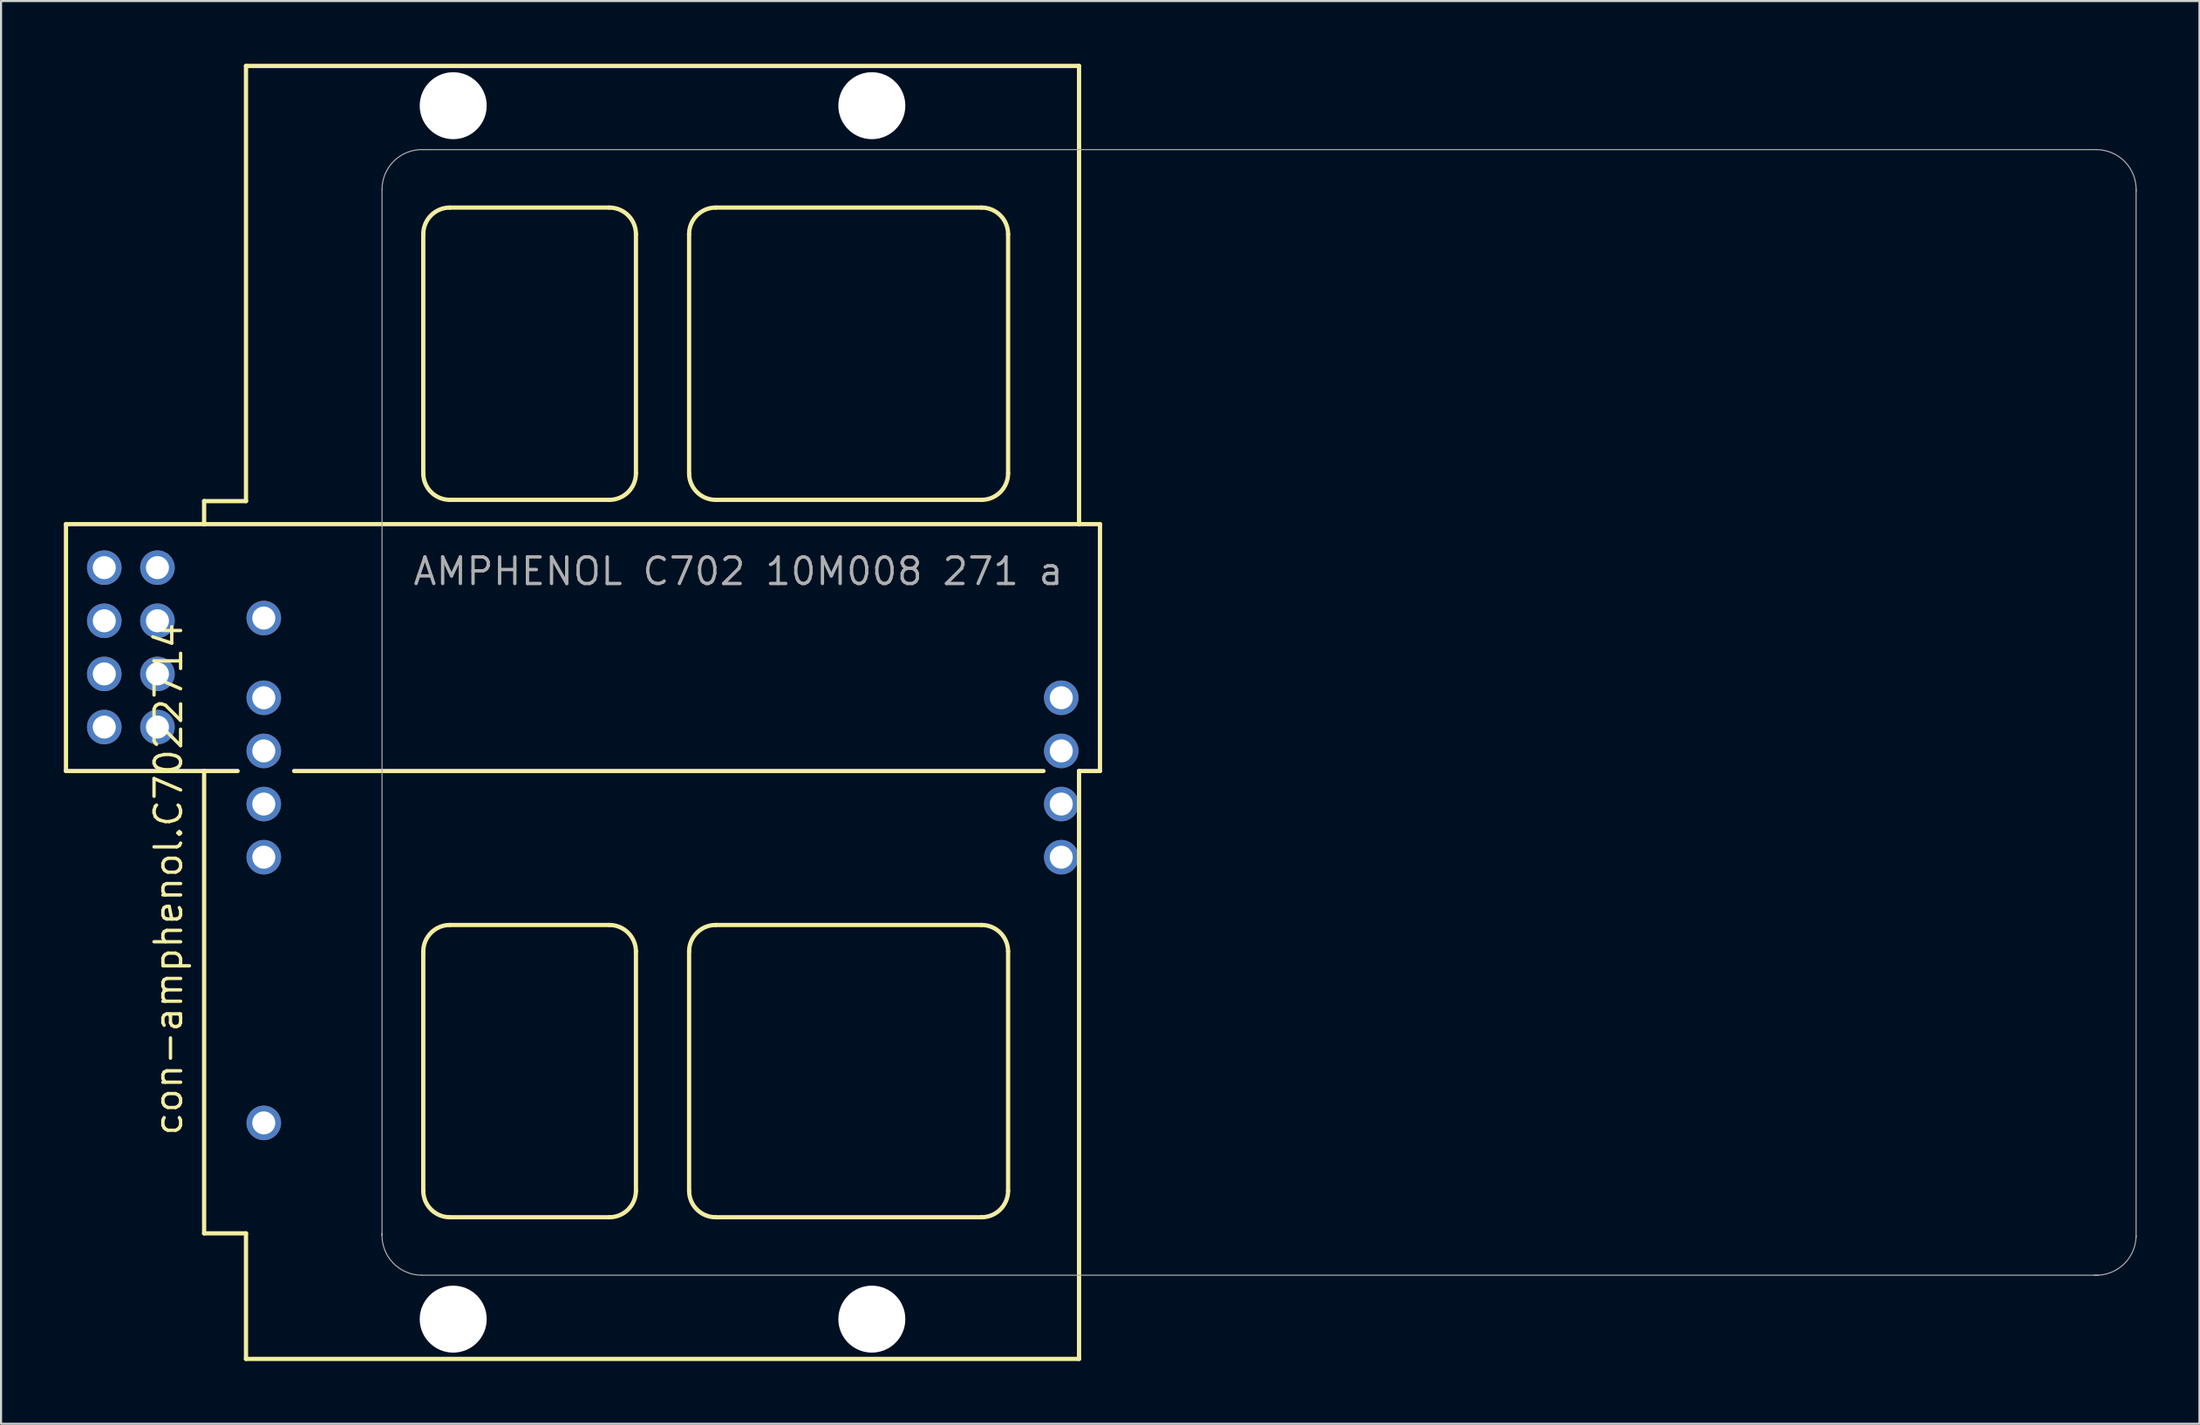
<source format=kicad_pcb>
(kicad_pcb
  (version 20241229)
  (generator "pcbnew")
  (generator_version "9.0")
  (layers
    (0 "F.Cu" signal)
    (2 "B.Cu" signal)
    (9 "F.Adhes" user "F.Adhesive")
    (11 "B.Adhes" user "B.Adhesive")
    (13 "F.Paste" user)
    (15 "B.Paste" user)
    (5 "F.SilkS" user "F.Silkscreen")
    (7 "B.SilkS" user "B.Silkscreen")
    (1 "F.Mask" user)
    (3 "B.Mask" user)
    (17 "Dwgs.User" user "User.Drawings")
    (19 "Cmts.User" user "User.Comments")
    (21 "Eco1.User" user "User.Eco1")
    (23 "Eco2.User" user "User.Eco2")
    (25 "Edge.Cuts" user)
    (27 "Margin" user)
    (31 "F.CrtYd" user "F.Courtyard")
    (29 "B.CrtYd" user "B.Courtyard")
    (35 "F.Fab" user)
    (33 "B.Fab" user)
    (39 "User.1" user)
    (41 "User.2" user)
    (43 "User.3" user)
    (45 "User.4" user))
  (footprint "con-amphenol.C7022714"
    (layer "F.Cu")
    (at 28.602 31.002)
    (property "Reference" "con-amphenol.C7022714" (at -22.86 20.32 90) (layer "F.SilkS") (effects (font (size 1.27 1.27) (thickness 0.16)) (justify left bottom)))
    (attr through_hole)
    (fp_line (start -28.5 -9) (end -21.9 -9) (stroke (width 0.203) (type default)) (layer "F.SilkS"))
    (fp_line (start -28.5 2.8) (end -28.5 -9) (stroke (width 0.203) (type default)) (layer "F.SilkS"))
    (fp_line (start -21.9 -10.1) (end -19.9 -10.1) (stroke (width 0.203) (type default)) (layer "F.SilkS"))
    (fp_line (start -21.9 -9) (end -21.9 -10.1) (stroke (width 0.203) (type default)) (layer "F.SilkS"))
    (fp_line (start -21.9 -9) (end 19.9 -9) (stroke (width 0.203) (type default)) (layer "F.SilkS"))
    (fp_line (start -21.9 2.8) (end -28.5 2.8) (stroke (width 0.203) (type default)) (layer "F.SilkS"))
    (fp_line (start -21.9 2.8) (end -20.3 2.8) (stroke (width 0.203) (type default)) (layer "F.SilkS"))
    (fp_line (start -21.9 24.9) (end -21.9 2.8) (stroke (width 0.203) (type default)) (layer "F.SilkS"))
    (fp_line (start -19.9 -30.9) (end 19.9 -30.9) (stroke (width 0.203) (type default)) (layer "F.SilkS"))
    (fp_line (start -19.9 -10.1) (end -19.9 -30.9) (stroke (width 0.203) (type default)) (layer "F.SilkS"))
    (fp_line (start -19.9 24.9) (end -21.9 24.9) (stroke (width 0.203) (type default)) (layer "F.SilkS"))
    (fp_line (start -19.9 30.9) (end -19.9 24.9) (stroke (width 0.203) (type default)) (layer "F.SilkS"))
    (fp_line (start -17.6 2.8) (end 18.2 2.8) (stroke (width 0.203) (type default)) (layer "F.SilkS"))
    (fp_line (start -11.43 -11.43) (end -11.43 -22.86) (stroke (width 0.203) (type default)) (layer "F.SilkS"))
    (fp_line (start -11.43 22.86) (end -11.43 11.43) (stroke (width 0.203) (type default)) (layer "F.SilkS"))
    (fp_line (start -10.16 -24.13) (end -2.54 -24.13) (stroke (width 0.203) (type default)) (layer "F.SilkS"))
    (fp_line (start -10.16 10.16) (end -2.54 10.16) (stroke (width 0.203) (type default)) (layer "F.SilkS"))
    (fp_line (start -2.54 -10.16) (end -10.16 -10.16) (stroke (width 0.203) (type default)) (layer "F.SilkS"))
    (fp_line (start -2.54 24.13) (end -10.16 24.13) (stroke (width 0.203) (type default)) (layer "F.SilkS"))
    (fp_line (start -1.27 -22.86) (end -1.27 -11.43) (stroke (width 0.203) (type default)) (layer "F.SilkS"))
    (fp_line (start -1.27 11.43) (end -1.27 22.86) (stroke (width 0.203) (type default)) (layer "F.SilkS"))
    (fp_line (start 1.27 -11.43) (end 1.27 -22.86) (stroke (width 0.203) (type default)) (layer "F.SilkS"))
    (fp_line (start 1.27 22.86) (end 1.27 11.43) (stroke (width 0.203) (type default)) (layer "F.SilkS"))
    (fp_line (start 2.54 -24.13) (end 15.24 -24.13) (stroke (width 0.203) (type default)) (layer "F.SilkS"))
    (fp_line (start 2.54 10.16) (end 15.24 10.16) (stroke (width 0.203) (type default)) (layer "F.SilkS"))
    (fp_line (start 15.24 -10.16) (end 2.54 -10.16) (stroke (width 0.203) (type default)) (layer "F.SilkS"))
    (fp_line (start 15.24 24.13) (end 2.54 24.13) (stroke (width 0.203) (type default)) (layer "F.SilkS"))
    (fp_line (start 16.51 -22.86) (end 16.51 -11.43) (stroke (width 0.203) (type default)) (layer "F.SilkS"))
    (fp_line (start 16.51 11.43) (end 16.51 22.86) (stroke (width 0.203) (type default)) (layer "F.SilkS"))
    (fp_line (start 19.9 -30.9) (end 19.9 -9) (stroke (width 0.203) (type default)) (layer "F.SilkS"))
    (fp_line (start 19.9 -9) (end 20.9 -9) (stroke (width 0.203) (type default)) (layer "F.SilkS"))
    (fp_line (start 19.9 2.8) (end 19.9 30.9) (stroke (width 0.203) (type default)) (layer "F.SilkS"))
    (fp_line (start 19.9 30.9) (end -19.9 30.9) (stroke (width 0.203) (type default)) (layer "F.SilkS"))
    (fp_line (start 20.9 2.8) (end 19.9 2.8) (stroke (width 0.203) (type default)) (layer "F.SilkS"))
    (fp_line (start 20.9 2.8) (end 20.9 -9) (stroke (width 0.203) (type default)) (layer "F.SilkS"))
    (fp_arc (start -11.43 -22.86) (mid -11.058026 -23.758026) (end -10.16 -24.13) (stroke (width 0.2032) (type default)) (layer "F.SilkS"))
    (fp_arc (start -11.43 11.43) (mid -11.058026 10.531974) (end -10.16 10.16) (stroke (width 0.2032) (type default)) (layer "F.SilkS"))
    (fp_arc (start -10.16 -10.16) (mid -11.058026 -10.531974) (end -11.43 -11.43) (stroke (width 0.2032) (type default)) (layer "F.SilkS"))
    (fp_arc (start -10.16 24.13) (mid -11.058026 23.758026) (end -11.43 22.86) (stroke (width 0.2032) (type default)) (layer "F.SilkS"))
    (fp_arc (start -2.54 -24.13) (mid -1.641974 -23.758026) (end -1.27 -22.86) (stroke (width 0.2032) (type default)) (layer "F.SilkS"))
    (fp_arc (start -2.54 10.16) (mid -1.641974 10.531974) (end -1.27 11.43) (stroke (width 0.2032) (type default)) (layer "F.SilkS"))
    (fp_arc (start -1.27 -11.43) (mid -1.641974 -10.531974) (end -2.54 -10.16) (stroke (width 0.2032) (type default)) (layer "F.SilkS"))
    (fp_arc (start -1.27 22.86) (mid -1.641974 23.758026) (end -2.54 24.13) (stroke (width 0.2032) (type default)) (layer "F.SilkS"))
    (fp_arc (start 1.27 -22.86) (mid 1.641974 -23.758026) (end 2.54 -24.13) (stroke (width 0.2032) (type default)) (layer "F.SilkS"))
    (fp_arc (start 1.27 11.43) (mid 1.641974 10.531974) (end 2.54 10.16) (stroke (width 0.2032) (type default)) (layer "F.SilkS"))
    (fp_arc (start 2.54 -10.16) (mid 1.641974 -10.531974) (end 1.27 -11.43) (stroke (width 0.2032) (type default)) (layer "F.SilkS"))
    (fp_arc (start 2.54 24.13) (mid 1.641974 23.758026) (end 1.27 22.86) (stroke (width 0.2032) (type default)) (layer "F.SilkS"))
    (fp_arc (start 15.24 -24.13) (mid 16.138026 -23.758026) (end 16.51 -22.86) (stroke (width 0.2032) (type default)) (layer "F.SilkS"))
    (fp_arc (start 15.24 10.16) (mid 16.138026 10.531974) (end 16.51 11.43) (stroke (width 0.2032) (type default)) (layer "F.SilkS"))
    (fp_arc (start 16.51 -11.43) (mid 16.138026 -10.531974) (end 15.24 -10.16) (stroke (width 0.2032) (type default)) (layer "F.SilkS"))
    (fp_arc (start 16.51 22.86) (mid 16.138026 23.758026) (end 15.24 24.13) (stroke (width 0.2032) (type default)) (layer "F.SilkS"))
    (fp_line (start -13.4 25) (end -13.4 -25) (stroke (width 0.051) (type default)) (layer "F.Fab"))
    (fp_line (start -11.4 -26.9) (end 68.5 -26.9) (stroke (width 0.051) (type default)) (layer "F.Fab"))
    (fp_line (start 68.6 26.9) (end -11.5 26.9) (stroke (width 0.051) (type default)) (layer "F.Fab"))
    (fp_line (start 70.4 -25) (end 70.4 25.1) (stroke (width 0.051) (type default)) (layer "F.Fab"))
    (fp_arc (start -13.4 -25) (mid -12.807846 -26.379311) (end -11.4 -26.9) (stroke (width 0.0508) (type default)) (layer "F.Fab"))
    (fp_arc (start -11.5 26.9) (mid -12.879311 26.307846) (end -13.4 24.9) (stroke (width 0.0508) (type default)) (layer "F.Fab"))
    (fp_arc (start 68.5 -26.9) (mid 69.879311 -26.307846) (end 70.4 -24.9) (stroke (width 0.0508) (type default)) (layer "F.Fab"))
    (fp_arc (start 70.4 25) (mid 69.807846 26.379311) (end 68.4 26.9) (stroke (width 0.0508) (type default)) (layer "F.Fab"))
    (fp_text user "AMPHENOL C702 10M008 271 a" (at -12 -6 0) (layer "F.Fab") (effects (font (size 1.27 1.27) (thickness 0.16)) (justify left bottom)))
    (pad "" np_thru_hole circle (at -10 -29) (size 3.2 3.2) (drill 3.2) (layers "*.Cu" "*.Mask"))
    (pad "" np_thru_hole circle (at -10 29) (size 3.2 3.2) (drill 3.2) (layers "*.Cu" "*.Mask"))
    (pad "" np_thru_hole circle (at 10 -29) (size 3.2 3.2) (drill 3.2) (layers "*.Cu" "*.Mask"))
    (pad "" np_thru_hole circle (at 10 29) (size 3.2 3.2) (drill 3.2) (layers "*.Cu" "*.Mask"))
    (pad "C1" thru_hole circle (at -19.05 6.92) (size 1.65 1.65) (drill 1.1) (layers "*.Cu" "*.Mask"))
    (pad "C2" thru_hole circle (at -19.05 4.38) (size 1.65 1.65) (drill 1.1) (layers "*.Cu" "*.Mask"))
    (pad "C3" thru_hole circle (at -19.05 1.84) (size 1.65 1.65) (drill 1.1) (layers "*.Cu" "*.Mask"))
    (pad "C4" thru_hole circle (at -19.05 -0.7) (size 1.65 1.65) (drill 1.1) (layers "*.Cu" "*.Mask"))
    (pad "C5" thru_hole circle (at 19.05 6.92) (size 1.65 1.65) (drill 1.1) (layers "*.Cu" "*.Mask"))
    (pad "C6" thru_hole circle (at 19.05 4.38) (size 1.65 1.65) (drill 1.1) (layers "*.Cu" "*.Mask"))
    (pad "C7" thru_hole circle (at 19.05 1.84) (size 1.65 1.65) (drill 1.1) (layers "*.Cu" "*.Mask"))
    (pad "C8" thru_hole circle (at 19.05 -0.7) (size 1.65 1.65) (drill 1.1) (layers "*.Cu" "*.Mask"))
    (pad "C_1" thru_hole circle (at -24.13 -6.92) (size 1.65 1.65) (drill 1.1) (layers "*.Cu" "*.Mask"))
    (pad "C_2" thru_hole circle (at -24.13 -4.38) (size 1.65 1.65) (drill 1.1) (layers "*.Cu" "*.Mask"))
    (pad "C_3" thru_hole circle (at -24.13 -1.84) (size 1.65 1.65) (drill 1.1) (layers "*.Cu" "*.Mask"))
    (pad "C_4" thru_hole circle (at -24.13 0.7) (size 1.65 1.65) (drill 1.1) (layers "*.Cu" "*.Mask"))
    (pad "C_5" thru_hole circle (at -26.67 -6.92) (size 1.65 1.65) (drill 1.1) (layers "*.Cu" "*.Mask"))
    (pad "C_6" thru_hole circle (at -26.67 -4.38) (size 1.65 1.65) (drill 1.1) (layers "*.Cu" "*.Mask"))
    (pad "C_7" thru_hole circle (at -26.67 -1.84) (size 1.65 1.65) (drill 1.1) (layers "*.Cu" "*.Mask"))
    (pad "C_8" thru_hole circle (at -26.67 0.7) (size 1.65 1.65) (drill 1.1) (layers "*.Cu" "*.Mask"))
    (pad "S1" thru_hole circle (at -19.05 19.62) (size 1.65 1.65) (drill 1.1) (layers "*.Cu" "*.Mask"))
    (pad "S2" thru_hole circle (at -19.05 -4.51) (size 1.65 1.65) (drill 1.1) (layers "*.Cu" "*.Mask")))
  (gr_rect
    (start -3 -3)
    (end 102.029 65.003)
    (stroke (width 0.1) (type default))
    (fill no)
    (layer "Edge.Cuts")))
</source>
